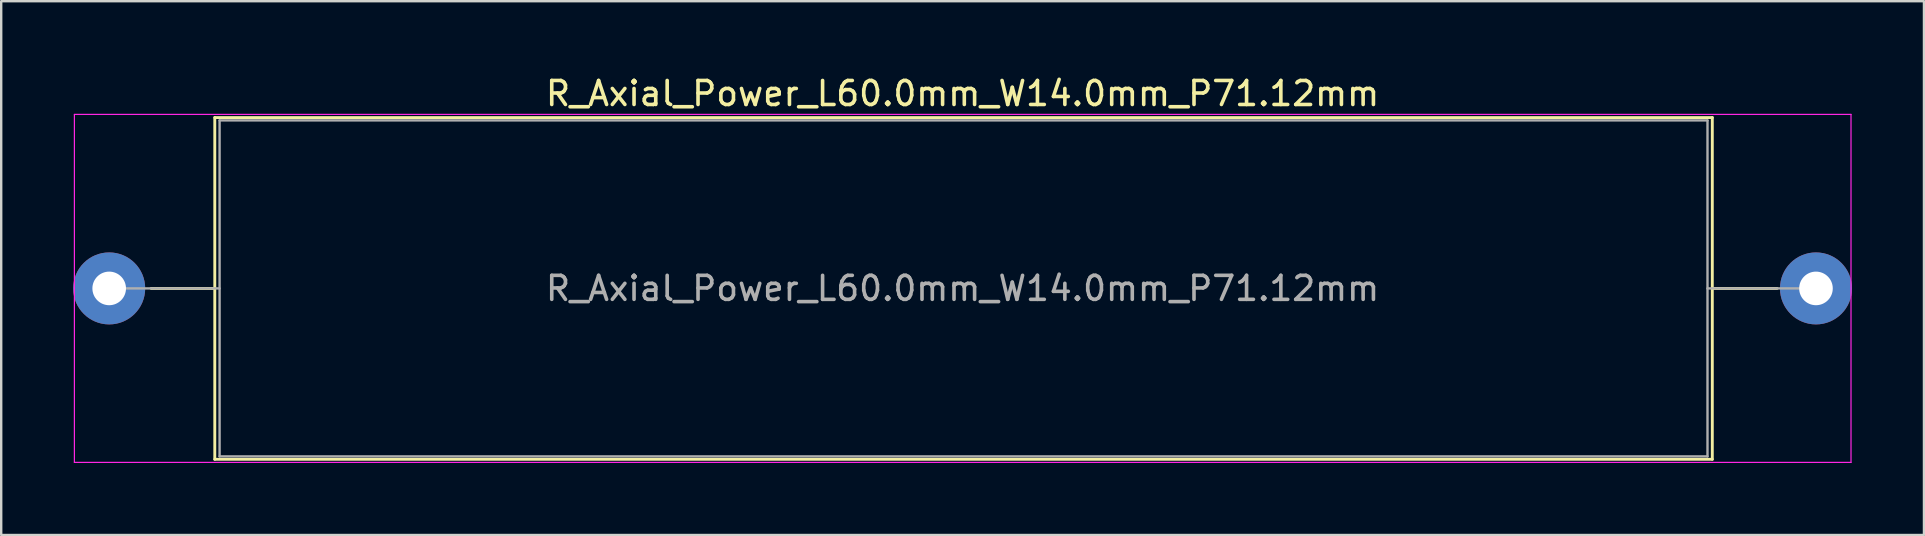
<source format=kicad_pcb>
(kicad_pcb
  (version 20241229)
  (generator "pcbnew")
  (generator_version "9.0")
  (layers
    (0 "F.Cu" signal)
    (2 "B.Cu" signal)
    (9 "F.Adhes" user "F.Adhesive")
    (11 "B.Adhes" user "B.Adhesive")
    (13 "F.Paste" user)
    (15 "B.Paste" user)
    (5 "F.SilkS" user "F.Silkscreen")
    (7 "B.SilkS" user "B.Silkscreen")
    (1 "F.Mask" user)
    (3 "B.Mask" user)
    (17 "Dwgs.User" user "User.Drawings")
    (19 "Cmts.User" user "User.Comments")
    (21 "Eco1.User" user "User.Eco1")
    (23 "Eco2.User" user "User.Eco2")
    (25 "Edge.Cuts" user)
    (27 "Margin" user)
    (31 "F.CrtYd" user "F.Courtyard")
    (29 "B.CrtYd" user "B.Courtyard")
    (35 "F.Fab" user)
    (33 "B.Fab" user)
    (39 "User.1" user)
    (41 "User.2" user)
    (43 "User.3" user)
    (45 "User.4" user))
  (footprint "R_Axial_Power_L60.0mm_W14.0mm_P71.12mm"
    (layer "F.Cu")
    (at 1.5 8.968)
    (property "Reference" "R_Axial_Power_L60.0mm_W14.0mm_P71.12mm" (at 35.56 -8.12 0) (layer "F.SilkS") (effects (font (size 1 1) (thickness 0.15))))
    (attr through_hole)
    (fp_line (start 1.75 0) (end 4.4 0) (stroke (width 0.12) (type solid)) (layer "F.SilkS"))
    (fp_line (start 4.4 -7.12) (end 4.4 7.12) (stroke (width 0.12) (type solid)) (layer "F.SilkS"))
    (fp_line (start 4.4 7.12) (end 66.8 7.12) (stroke (width 0.12) (type solid)) (layer "F.SilkS"))
    (fp_line (start 66.8 -7.12) (end 4.4 -7.12) (stroke (width 0.12) (type solid)) (layer "F.SilkS"))
    (fp_line (start 66.8 7.12) (end 66.8 -7.12) (stroke (width 0.12) (type solid)) (layer "F.SilkS"))
    (fp_line (start 69.5 0) (end 66.8 0) (stroke (width 0.12) (type solid)) (layer "F.SilkS"))
    (fp_line (start -1.45 -7.25) (end -1.45 7.25) (stroke (width 0.05) (type solid)) (layer "F.CrtYd"))
    (fp_line (start -1.45 7.25) (end 72.58 7.25) (stroke (width 0.05) (type solid)) (layer "F.CrtYd"))
    (fp_line (start 72.58 -7.25) (end -1.45 -7.25) (stroke (width 0.05) (type solid)) (layer "F.CrtYd"))
    (fp_line (start 72.58 7.25) (end 72.58 -7.25) (stroke (width 0.05) (type solid)) (layer "F.CrtYd"))
    (fp_line (start 0 0) (end 4.6 0) (stroke (width 0.1) (type solid)) (layer "F.Fab"))
    (fp_line (start 4.6 -7) (end 4.6 7) (stroke (width 0.1) (type solid)) (layer "F.Fab"))
    (fp_line (start 4.6 7) (end 66.6 7) (stroke (width 0.1) (type solid)) (layer "F.Fab"))
    (fp_line (start 66.6 -7) (end 4.6 -7) (stroke (width 0.1) (type solid)) (layer "F.Fab"))
    (fp_line (start 66.6 7) (end 66.6 -7) (stroke (width 0.1) (type solid)) (layer "F.Fab"))
    (fp_line (start 71.12 0) (end 66.6 0) (stroke (width 0.1) (type solid)) (layer "F.Fab"))
    (fp_text user "${REFERENCE}" (at 35.56 0 0) (layer "F.Fab") (effects (font (size 1 1) (thickness 0.15))))
    (pad "1" thru_hole circle (at 0 0) (size 3 3) (drill 1.4) (layers "*.Cu" "*.Mask"))
    (pad "2" thru_hole circle (at 71.12 0) (size 3 3) (drill 1.4) (layers "*.Cu" "*.Mask"))
    (zone (net_name "") (layer "F.Cu") (hatch edge 0.508) (connect_pads) (min_thickness 0.254) (filled_areas_thickness no) (keepout (tracks allowed) (vias allowed) (pads allowed) (copperpour not_allowed) (footprints allowed)) (placement (enabled no)) (fill) (polygon (pts (xy 74 16.218) (xy 0 16.218) (xy 0 1.718) (xy 74 1.718)))))
  (gr_rect
    (start -3 -3)
    (end 77.12 19.243)
    (stroke (width 0.1) (type default))
    (fill no)
    (layer "Edge.Cuts")))
</source>
